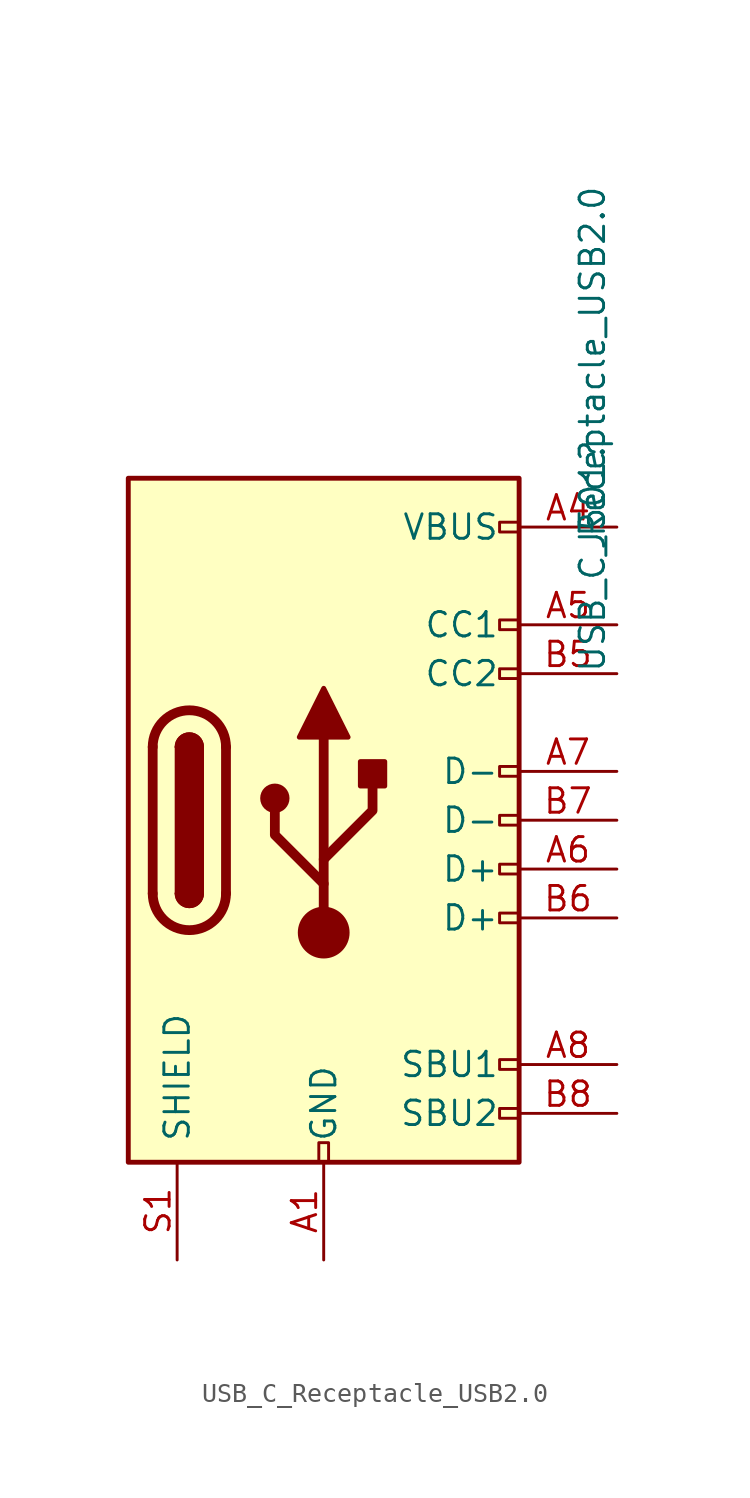
<source format=kicad_sym>
(kicad_symbol_lib
  (version 20211014)
  (generator kicad_symbol_editor)
  (symbol "USB_C_Receptacle_USB2.0"
    (pin_names
      (offset 1.016))
    (property "Reference" "J501"
      (at 13.97 13.97 90)
      (effects (font (size 1.27 1.27)) (justify left)))
    (property "Value" "USB_C_Receptacle_USB2.0"
      (at 13.97 7.62 90)
      (effects (font (size 1.27 1.27)) (justify left)))
    (symbol "USB_C_Receptacle_USB2.0_0_0"
      (rectangle (start -0.254 -17.78) (end 0.254 -16.764) (stroke (width 0) (type default) (color 0 0 0 0)) (fill (type none)))
      (rectangle (start 10.16 -14.986) (end 9.144 -15.494) (stroke (width 0) (type default) (color 0 0 0 0)) (fill (type none)))
      (rectangle (start 10.16 -12.446) (end 9.144 -12.954) (stroke (width 0) (type default) (color 0 0 0 0)) (fill (type none)))
      (rectangle (start 10.16 -4.826) (end 9.144 -5.334) (stroke (width 0) (type default) (color 0 0 0 0)) (fill (type none)))
      (rectangle (start 10.16 -2.286) (end 9.144 -2.794) (stroke (width 0) (type default) (color 0 0 0 0)) (fill (type none)))
      (rectangle (start 10.16 0.254) (end 9.144 -0.254) (stroke (width 0) (type default) (color 0 0 0 0)) (fill (type none)))
      (rectangle (start 10.16 2.794) (end 9.144 2.286) (stroke (width 0) (type default) (color 0 0 0 0)) (fill (type none)))
      (rectangle (start 10.16 7.874) (end 9.144 7.366) (stroke (width 0) (type default) (color 0 0 0 0)) (fill (type none)))
      (rectangle (start 10.16 10.414) (end 9.144 9.906) (stroke (width 0) (type default) (color 0 0 0 0)) (fill (type none)))
      (rectangle (start 10.16 15.494) (end 9.144 14.986) (stroke (width 0) (type default) (color 0 0 0 0)) (fill (type none))))
    (symbol "USB_C_Receptacle_USB2.0_0_1"
      (rectangle (start -10.16 17.78) (end 10.16 -17.78) (stroke (width 0.254) (type default) (color 0 0 0 0)) (fill (type background)))
      (arc (start -8.89 -3.81) (mid -6.985 -5.715) (end -5.08 -3.81) (stroke (width 0.508) (type default) (color 0 0 0 0)) (fill (type none)))
      (arc (start -7.62 -3.81) (mid -6.985 -4.445) (end -6.35 -3.81) (stroke (width 0.254) (type default) (color 0 0 0 0)) (fill (type none)))
      (arc (start -7.62 -3.81) (mid -6.985 -4.445) (end -6.35 -3.81) (stroke (width 0.254) (type default) (color 0 0 0 0)) (fill (type outline)))
      (rectangle (start -7.62 -3.81) (end -6.35 3.81) (stroke (width 0.254) (type default) (color 0 0 0 0)) (fill (type outline)))
      (arc (start -6.35 3.81) (mid -6.985 4.445) (end -7.62 3.81) (stroke (width 0.254) (type default) (color 0 0 0 0)) (fill (type none)))
      (arc (start -6.35 3.81) (mid -6.985 4.445) (end -7.62 3.81) (stroke (width 0.254) (type default) (color 0 0 0 0)) (fill (type outline)))
      (arc (start -5.08 3.81) (mid -6.985 5.715) (end -8.89 3.81) (stroke (width 0.508) (type default) (color 0 0 0 0)) (fill (type none)))
      (circle (center -2.54 1.143) (radius 0.635) (stroke (width 0.254) (type default) (color 0 0 0 0)) (fill (type outline)))
      (circle (center 0 -5.842) (radius 1.27) (stroke (width 0) (type default) (color 0 0 0 0)) (fill (type outline)))
      (polyline (pts (xy -8.89 -3.81) (xy -8.89 3.81)) (stroke (width 0.508) (type default) (color 0 0 0 0)) (fill (type none)))
      (polyline (pts (xy -5.08 3.81) (xy -5.08 -3.81)) (stroke (width 0.508) (type default) (color 0 0 0 0)) (fill (type none)))
      (polyline (pts (xy 0 -5.842) (xy 0 4.318)) (stroke (width 0.508) (type default) (color 0 0 0 0)) (fill (type none)))
      (polyline (pts (xy 0 -3.302) (xy -2.54 -0.762) (xy -2.54 0.508)) (stroke (width 0.508) (type default) (color 0 0 0 0)) (fill (type none)))
      (polyline (pts (xy 0 -2.032) (xy 2.54 0.508) (xy 2.54 1.778)) (stroke (width 0.508) (type default) (color 0 0 0 0)) (fill (type none)))
      (polyline (pts (xy -1.27 4.318) (xy 0 6.858) (xy 1.27 4.318) (xy -1.27 4.318)) (stroke (width 0.254) (type default) (color 0 0 0 0)) (fill (type outline)))
      (rectangle (start 1.905 1.778) (end 3.175 3.048) (stroke (width 0.254) (type default) (color 0 0 0 0)) (fill (type outline))))
    (symbol "USB_C_Receptacle_USB2.0_1_1"
      (pin passive line (at 0 -22.86 90) (length 5.08) (name "GND" (effects (font (size 1.27 1.27)))) (number "A1" (effects (font (size 1.27 1.27)))))
      (pin passive line (at 0 -22.86 90) (length 5.08) hide (name "GND" (effects (font (size 1.27 1.27)))) (number "A12" (effects (font (size 1.27 1.27)))))
      (pin power_out line (at 15.24 15.24 180) (length 5.08) (name "VBUS" (effects (font (size 1.27 1.27)))) (number "A4" (effects (font (size 1.27 1.27)))))
      (pin bidirectional line (at 15.24 10.16 180) (length 5.08) (name "CC1" (effects (font (size 1.27 1.27)))) (number "A5" (effects (font (size 1.27 1.27)))))
      (pin bidirectional line (at 15.24 -2.54 180) (length 5.08) (name "D+" (effects (font (size 1.27 1.27)))) (number "A6" (effects (font (size 1.27 1.27)))))
      (pin bidirectional line (at 15.24 2.54 180) (length 5.08) (name "D-" (effects (font (size 1.27 1.27)))) (number "A7" (effects (font (size 1.27 1.27)))))
      (pin bidirectional line (at 15.24 -12.7 180) (length 5.08) (name "SBU1" (effects (font (size 1.27 1.27)))) (number "A8" (effects (font (size 1.27 1.27)))))
      (pin passive line (at 0 -22.86 90) (length 5.08) hide (name "GND" (effects (font (size 1.27 1.27)))) (number "B1" (effects (font (size 1.27 1.27)))))
      (pin passive line (at 0 -22.86 90) (length 5.08) hide (name "GND" (effects (font (size 1.27 1.27)))) (number "B12" (effects (font (size 1.27 1.27)))))
      (pin bidirectional line (at 15.24 7.62 180) (length 5.08) (name "CC2" (effects (font (size 1.27 1.27)))) (number "B5" (effects (font (size 1.27 1.27)))))
      (pin bidirectional line (at 15.24 -5.08 180) (length 5.08) (name "D+" (effects (font (size 1.27 1.27)))) (number "B6" (effects (font (size 1.27 1.27)))))
      (pin bidirectional line (at 15.24 0 180) (length 5.08) (name "D-" (effects (font (size 1.27 1.27)))) (number "B7" (effects (font (size 1.27 1.27)))))
      (pin bidirectional line (at 15.24 -15.24 180) (length 5.08) (name "SBU2" (effects (font (size 1.27 1.27)))) (number "B8" (effects (font (size 1.27 1.27)))))
      (pin passive line (at -7.62 -22.86 90) (length 5.08) (name "SHIELD" (effects (font (size 1.27 1.27)))) (number "S1" (effects (font (size 1.27 1.27))))))))
</source>
